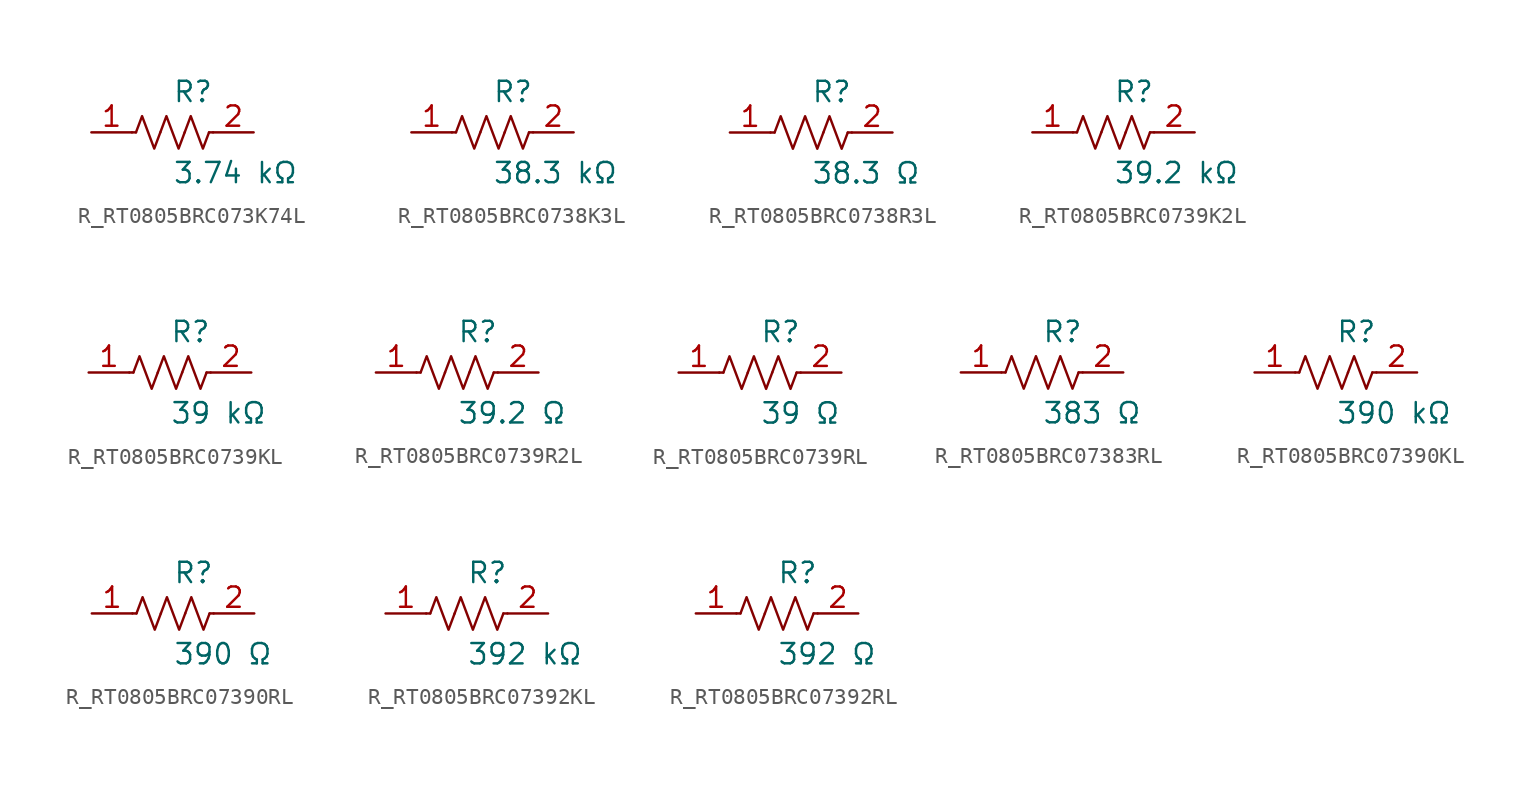
<source format=kicad_sym>
(kicad_symbol_lib
  (version 20231120)
  (generator kicad_symbol_editor)
  (generator_version 8.0)
  (symbol "R_RT0805BRC073K74L"
    (pin_names
      (offset 0.254))
    (property "Reference" "R"
      (at 0 2.54 0)
      (effects (font (size 1.27 1.27)) (justify left)))
    (property "Value" "3.74 kΩ"
      (at 0 -2.54 0)
      (effects (font (size 1.27 1.27)) (justify left)))
    (symbol "R_RT0805BRC073K74L_0_1"
      (polyline (pts (xy 2.286 0) (xy 2.54 0)) (stroke (width 0) (type default)) (fill (type none)))
      (polyline (pts (xy -2.286 0) (xy -2.54 0)) (stroke (width 0) (type default)) (fill (type none)))
      (polyline (pts (xy 0.762 0) (xy 1.143 1.016) (xy 1.524 0) (xy 1.905 -1.016) (xy 2.286 0)) (stroke (width 0) (type default)) (fill (type none)))
      (polyline (pts (xy -0.762 0) (xy -0.381 1.016) (xy 0 0) (xy 0.381 -1.016) (xy 0.762 0)) (stroke (width 0) (type default)) (fill (type none)))
      (polyline (pts (xy -2.286 0) (xy -1.905 1.016) (xy -1.524 0) (xy -1.143 -1.016) (xy -0.762 0)) (stroke (width 0) (type default)) (fill (type none))))
    (pin unspecified line
      (at -5.08 0 0)
      (length 2.54)
      (name "" (effects (font (size 1.27 1.27))))
      (number "1" (effects (font (size 1.27 1.27)))))
    (pin unspecified line
      (at 5.08 0 180)
      (length 2.54)
      (name "" (effects (font (size 1.27 1.27))))
      (number "2" (effects (font (size 1.27 1.27))))))
  (symbol "R_RT0805BRC0738K3L"
    (pin_names
      (offset 0.254))
    (property "Reference" "R"
      (at 0 2.54 0)
      (effects (font (size 1.27 1.27)) (justify left)))
    (property "Value" "38.3 kΩ"
      (at 0 -2.54 0)
      (effects (font (size 1.27 1.27)) (justify left)))
    (symbol "R_RT0805BRC0738K3L_0_1"
      (polyline (pts (xy 2.286 0) (xy 2.54 0)) (stroke (width 0) (type default)) (fill (type none)))
      (polyline (pts (xy -2.286 0) (xy -2.54 0)) (stroke (width 0) (type default)) (fill (type none)))
      (polyline (pts (xy 0.762 0) (xy 1.143 1.016) (xy 1.524 0) (xy 1.905 -1.016) (xy 2.286 0)) (stroke (width 0) (type default)) (fill (type none)))
      (polyline (pts (xy -0.762 0) (xy -0.381 1.016) (xy 0 0) (xy 0.381 -1.016) (xy 0.762 0)) (stroke (width 0) (type default)) (fill (type none)))
      (polyline (pts (xy -2.286 0) (xy -1.905 1.016) (xy -1.524 0) (xy -1.143 -1.016) (xy -0.762 0)) (stroke (width 0) (type default)) (fill (type none))))
    (pin unspecified line
      (at -5.08 0 0)
      (length 2.54)
      (name "" (effects (font (size 1.27 1.27))))
      (number "1" (effects (font (size 1.27 1.27)))))
    (pin unspecified line
      (at 5.08 0 180)
      (length 2.54)
      (name "" (effects (font (size 1.27 1.27))))
      (number "2" (effects (font (size 1.27 1.27))))))
  (symbol "R_RT0805BRC0738R3L"
    (pin_names
      (offset 0.254))
    (property "Reference" "R"
      (at 0 2.54 0)
      (effects (font (size 1.27 1.27)) (justify left)))
    (property "Value" "38.3 Ω"
      (at 0 -2.54 0)
      (effects (font (size 1.27 1.27)) (justify left)))
    (symbol "R_RT0805BRC0738R3L_0_1"
      (polyline (pts (xy 2.286 0) (xy 2.54 0)) (stroke (width 0) (type default)) (fill (type none)))
      (polyline (pts (xy -2.286 0) (xy -2.54 0)) (stroke (width 0) (type default)) (fill (type none)))
      (polyline (pts (xy 0.762 0) (xy 1.143 1.016) (xy 1.524 0) (xy 1.905 -1.016) (xy 2.286 0)) (stroke (width 0) (type default)) (fill (type none)))
      (polyline (pts (xy -0.762 0) (xy -0.381 1.016) (xy 0 0) (xy 0.381 -1.016) (xy 0.762 0)) (stroke (width 0) (type default)) (fill (type none)))
      (polyline (pts (xy -2.286 0) (xy -1.905 1.016) (xy -1.524 0) (xy -1.143 -1.016) (xy -0.762 0)) (stroke (width 0) (type default)) (fill (type none))))
    (pin unspecified line
      (at -5.08 0 0)
      (length 2.54)
      (name "" (effects (font (size 1.27 1.27))))
      (number "1" (effects (font (size 1.27 1.27)))))
    (pin unspecified line
      (at 5.08 0 180)
      (length 2.54)
      (name "" (effects (font (size 1.27 1.27))))
      (number "2" (effects (font (size 1.27 1.27))))))
  (symbol "R_RT0805BRC0739K2L"
    (pin_names
      (offset 0.254))
    (property "Reference" "R"
      (at 0 2.54 0)
      (effects (font (size 1.27 1.27)) (justify left)))
    (property "Value" "39.2 kΩ"
      (at 0 -2.54 0)
      (effects (font (size 1.27 1.27)) (justify left)))
    (symbol "R_RT0805BRC0739K2L_0_1"
      (polyline (pts (xy 2.286 0) (xy 2.54 0)) (stroke (width 0) (type default)) (fill (type none)))
      (polyline (pts (xy -2.286 0) (xy -2.54 0)) (stroke (width 0) (type default)) (fill (type none)))
      (polyline (pts (xy 0.762 0) (xy 1.143 1.016) (xy 1.524 0) (xy 1.905 -1.016) (xy 2.286 0)) (stroke (width 0) (type default)) (fill (type none)))
      (polyline (pts (xy -0.762 0) (xy -0.381 1.016) (xy 0 0) (xy 0.381 -1.016) (xy 0.762 0)) (stroke (width 0) (type default)) (fill (type none)))
      (polyline (pts (xy -2.286 0) (xy -1.905 1.016) (xy -1.524 0) (xy -1.143 -1.016) (xy -0.762 0)) (stroke (width 0) (type default)) (fill (type none))))
    (pin unspecified line
      (at -5.08 0 0)
      (length 2.54)
      (name "" (effects (font (size 1.27 1.27))))
      (number "1" (effects (font (size 1.27 1.27)))))
    (pin unspecified line
      (at 5.08 0 180)
      (length 2.54)
      (name "" (effects (font (size 1.27 1.27))))
      (number "2" (effects (font (size 1.27 1.27))))))
  (symbol "R_RT0805BRC0739KL"
    (pin_names
      (offset 0.254))
    (property "Reference" "R"
      (at 0 2.54 0)
      (effects (font (size 1.27 1.27)) (justify left)))
    (property "Value" "39 kΩ"
      (at 0 -2.54 0)
      (effects (font (size 1.27 1.27)) (justify left)))
    (symbol "R_RT0805BRC0739KL_0_1"
      (polyline (pts (xy 2.286 0) (xy 2.54 0)) (stroke (width 0) (type default)) (fill (type none)))
      (polyline (pts (xy -2.286 0) (xy -2.54 0)) (stroke (width 0) (type default)) (fill (type none)))
      (polyline (pts (xy 0.762 0) (xy 1.143 1.016) (xy 1.524 0) (xy 1.905 -1.016) (xy 2.286 0)) (stroke (width 0) (type default)) (fill (type none)))
      (polyline (pts (xy -0.762 0) (xy -0.381 1.016) (xy 0 0) (xy 0.381 -1.016) (xy 0.762 0)) (stroke (width 0) (type default)) (fill (type none)))
      (polyline (pts (xy -2.286 0) (xy -1.905 1.016) (xy -1.524 0) (xy -1.143 -1.016) (xy -0.762 0)) (stroke (width 0) (type default)) (fill (type none))))
    (pin unspecified line
      (at -5.08 0 0)
      (length 2.54)
      (name "" (effects (font (size 1.27 1.27))))
      (number "1" (effects (font (size 1.27 1.27)))))
    (pin unspecified line
      (at 5.08 0 180)
      (length 2.54)
      (name "" (effects (font (size 1.27 1.27))))
      (number "2" (effects (font (size 1.27 1.27))))))
  (symbol "R_RT0805BRC0739R2L"
    (pin_names
      (offset 0.254))
    (property "Reference" "R"
      (at 0 2.54 0)
      (effects (font (size 1.27 1.27)) (justify left)))
    (property "Value" "39.2 Ω"
      (at 0 -2.54 0)
      (effects (font (size 1.27 1.27)) (justify left)))
    (symbol "R_RT0805BRC0739R2L_0_1"
      (polyline (pts (xy 2.286 0) (xy 2.54 0)) (stroke (width 0) (type default)) (fill (type none)))
      (polyline (pts (xy -2.286 0) (xy -2.54 0)) (stroke (width 0) (type default)) (fill (type none)))
      (polyline (pts (xy 0.762 0) (xy 1.143 1.016) (xy 1.524 0) (xy 1.905 -1.016) (xy 2.286 0)) (stroke (width 0) (type default)) (fill (type none)))
      (polyline (pts (xy -0.762 0) (xy -0.381 1.016) (xy 0 0) (xy 0.381 -1.016) (xy 0.762 0)) (stroke (width 0) (type default)) (fill (type none)))
      (polyline (pts (xy -2.286 0) (xy -1.905 1.016) (xy -1.524 0) (xy -1.143 -1.016) (xy -0.762 0)) (stroke (width 0) (type default)) (fill (type none))))
    (pin unspecified line
      (at -5.08 0 0)
      (length 2.54)
      (name "" (effects (font (size 1.27 1.27))))
      (number "1" (effects (font (size 1.27 1.27)))))
    (pin unspecified line
      (at 5.08 0 180)
      (length 2.54)
      (name "" (effects (font (size 1.27 1.27))))
      (number "2" (effects (font (size 1.27 1.27))))))
  (symbol "R_RT0805BRC0739RL"
    (pin_names
      (offset 0.254))
    (property "Reference" "R"
      (at 0 2.54 0)
      (effects (font (size 1.27 1.27)) (justify left)))
    (property "Value" "39 Ω"
      (at 0 -2.54 0)
      (effects (font (size 1.27 1.27)) (justify left)))
    (symbol "R_RT0805BRC0739RL_0_1"
      (polyline (pts (xy 2.286 0) (xy 2.54 0)) (stroke (width 0) (type default)) (fill (type none)))
      (polyline (pts (xy -2.286 0) (xy -2.54 0)) (stroke (width 0) (type default)) (fill (type none)))
      (polyline (pts (xy 0.762 0) (xy 1.143 1.016) (xy 1.524 0) (xy 1.905 -1.016) (xy 2.286 0)) (stroke (width 0) (type default)) (fill (type none)))
      (polyline (pts (xy -0.762 0) (xy -0.381 1.016) (xy 0 0) (xy 0.381 -1.016) (xy 0.762 0)) (stroke (width 0) (type default)) (fill (type none)))
      (polyline (pts (xy -2.286 0) (xy -1.905 1.016) (xy -1.524 0) (xy -1.143 -1.016) (xy -0.762 0)) (stroke (width 0) (type default)) (fill (type none))))
    (pin unspecified line
      (at -5.08 0 0)
      (length 2.54)
      (name "" (effects (font (size 1.27 1.27))))
      (number "1" (effects (font (size 1.27 1.27)))))
    (pin unspecified line
      (at 5.08 0 180)
      (length 2.54)
      (name "" (effects (font (size 1.27 1.27))))
      (number "2" (effects (font (size 1.27 1.27))))))
  (symbol "R_RT0805BRC07383RL"
    (pin_names
      (offset 0.254))
    (property "Reference" "R"
      (at 0 2.54 0)
      (effects (font (size 1.27 1.27)) (justify left)))
    (property "Value" "383 Ω"
      (at 0 -2.54 0)
      (effects (font (size 1.27 1.27)) (justify left)))
    (symbol "R_RT0805BRC07383RL_0_1"
      (polyline (pts (xy 2.286 0) (xy 2.54 0)) (stroke (width 0) (type default)) (fill (type none)))
      (polyline (pts (xy -2.286 0) (xy -2.54 0)) (stroke (width 0) (type default)) (fill (type none)))
      (polyline (pts (xy 0.762 0) (xy 1.143 1.016) (xy 1.524 0) (xy 1.905 -1.016) (xy 2.286 0)) (stroke (width 0) (type default)) (fill (type none)))
      (polyline (pts (xy -0.762 0) (xy -0.381 1.016) (xy 0 0) (xy 0.381 -1.016) (xy 0.762 0)) (stroke (width 0) (type default)) (fill (type none)))
      (polyline (pts (xy -2.286 0) (xy -1.905 1.016) (xy -1.524 0) (xy -1.143 -1.016) (xy -0.762 0)) (stroke (width 0) (type default)) (fill (type none))))
    (pin unspecified line
      (at -5.08 0 0)
      (length 2.54)
      (name "" (effects (font (size 1.27 1.27))))
      (number "1" (effects (font (size 1.27 1.27)))))
    (pin unspecified line
      (at 5.08 0 180)
      (length 2.54)
      (name "" (effects (font (size 1.27 1.27))))
      (number "2" (effects (font (size 1.27 1.27))))))
  (symbol "R_RT0805BRC07390KL"
    (pin_names
      (offset 0.254))
    (property "Reference" "R"
      (at 0 2.54 0)
      (effects (font (size 1.27 1.27)) (justify left)))
    (property "Value" "390 kΩ"
      (at 0 -2.54 0)
      (effects (font (size 1.27 1.27)) (justify left)))
    (symbol "R_RT0805BRC07390KL_0_1"
      (polyline (pts (xy 2.286 0) (xy 2.54 0)) (stroke (width 0) (type default)) (fill (type none)))
      (polyline (pts (xy -2.286 0) (xy -2.54 0)) (stroke (width 0) (type default)) (fill (type none)))
      (polyline (pts (xy 0.762 0) (xy 1.143 1.016) (xy 1.524 0) (xy 1.905 -1.016) (xy 2.286 0)) (stroke (width 0) (type default)) (fill (type none)))
      (polyline (pts (xy -0.762 0) (xy -0.381 1.016) (xy 0 0) (xy 0.381 -1.016) (xy 0.762 0)) (stroke (width 0) (type default)) (fill (type none)))
      (polyline (pts (xy -2.286 0) (xy -1.905 1.016) (xy -1.524 0) (xy -1.143 -1.016) (xy -0.762 0)) (stroke (width 0) (type default)) (fill (type none))))
    (pin unspecified line
      (at -5.08 0 0)
      (length 2.54)
      (name "" (effects (font (size 1.27 1.27))))
      (number "1" (effects (font (size 1.27 1.27)))))
    (pin unspecified line
      (at 5.08 0 180)
      (length 2.54)
      (name "" (effects (font (size 1.27 1.27))))
      (number "2" (effects (font (size 1.27 1.27))))))
  (symbol "R_RT0805BRC07390RL"
    (pin_names
      (offset 0.254))
    (property "Reference" "R"
      (at 0 2.54 0)
      (effects (font (size 1.27 1.27)) (justify left)))
    (property "Value" "390 Ω"
      (at 0 -2.54 0)
      (effects (font (size 1.27 1.27)) (justify left)))
    (symbol "R_RT0805BRC07390RL_0_1"
      (polyline (pts (xy 2.286 0) (xy 2.54 0)) (stroke (width 0) (type default)) (fill (type none)))
      (polyline (pts (xy -2.286 0) (xy -2.54 0)) (stroke (width 0) (type default)) (fill (type none)))
      (polyline (pts (xy 0.762 0) (xy 1.143 1.016) (xy 1.524 0) (xy 1.905 -1.016) (xy 2.286 0)) (stroke (width 0) (type default)) (fill (type none)))
      (polyline (pts (xy -0.762 0) (xy -0.381 1.016) (xy 0 0) (xy 0.381 -1.016) (xy 0.762 0)) (stroke (width 0) (type default)) (fill (type none)))
      (polyline (pts (xy -2.286 0) (xy -1.905 1.016) (xy -1.524 0) (xy -1.143 -1.016) (xy -0.762 0)) (stroke (width 0) (type default)) (fill (type none))))
    (pin unspecified line
      (at -5.08 0 0)
      (length 2.54)
      (name "" (effects (font (size 1.27 1.27))))
      (number "1" (effects (font (size 1.27 1.27)))))
    (pin unspecified line
      (at 5.08 0 180)
      (length 2.54)
      (name "" (effects (font (size 1.27 1.27))))
      (number "2" (effects (font (size 1.27 1.27))))))
  (symbol "R_RT0805BRC07392KL"
    (pin_names
      (offset 0.254))
    (property "Reference" "R"
      (at 0 2.54 0)
      (effects (font (size 1.27 1.27)) (justify left)))
    (property "Value" "392 kΩ"
      (at 0 -2.54 0)
      (effects (font (size 1.27 1.27)) (justify left)))
    (symbol "R_RT0805BRC07392KL_0_1"
      (polyline (pts (xy 2.286 0) (xy 2.54 0)) (stroke (width 0) (type default)) (fill (type none)))
      (polyline (pts (xy -2.286 0) (xy -2.54 0)) (stroke (width 0) (type default)) (fill (type none)))
      (polyline (pts (xy 0.762 0) (xy 1.143 1.016) (xy 1.524 0) (xy 1.905 -1.016) (xy 2.286 0)) (stroke (width 0) (type default)) (fill (type none)))
      (polyline (pts (xy -0.762 0) (xy -0.381 1.016) (xy 0 0) (xy 0.381 -1.016) (xy 0.762 0)) (stroke (width 0) (type default)) (fill (type none)))
      (polyline (pts (xy -2.286 0) (xy -1.905 1.016) (xy -1.524 0) (xy -1.143 -1.016) (xy -0.762 0)) (stroke (width 0) (type default)) (fill (type none))))
    (pin unspecified line
      (at -5.08 0 0)
      (length 2.54)
      (name "" (effects (font (size 1.27 1.27))))
      (number "1" (effects (font (size 1.27 1.27)))))
    (pin unspecified line
      (at 5.08 0 180)
      (length 2.54)
      (name "" (effects (font (size 1.27 1.27))))
      (number "2" (effects (font (size 1.27 1.27))))))
  (symbol "R_RT0805BRC07392RL"
    (pin_names
      (offset 0.254))
    (property "Reference" "R"
      (at 0 2.54 0)
      (effects (font (size 1.27 1.27)) (justify left)))
    (property "Value" "392 Ω"
      (at 0 -2.54 0)
      (effects (font (size 1.27 1.27)) (justify left)))
    (symbol "R_RT0805BRC07392RL_0_1"
      (polyline (pts (xy 2.286 0) (xy 2.54 0)) (stroke (width 0) (type default)) (fill (type none)))
      (polyline (pts (xy -2.286 0) (xy -2.54 0)) (stroke (width 0) (type default)) (fill (type none)))
      (polyline (pts (xy 0.762 0) (xy 1.143 1.016) (xy 1.524 0) (xy 1.905 -1.016) (xy 2.286 0)) (stroke (width 0) (type default)) (fill (type none)))
      (polyline (pts (xy -0.762 0) (xy -0.381 1.016) (xy 0 0) (xy 0.381 -1.016) (xy 0.762 0)) (stroke (width 0) (type default)) (fill (type none)))
      (polyline (pts (xy -2.286 0) (xy -1.905 1.016) (xy -1.524 0) (xy -1.143 -1.016) (xy -0.762 0)) (stroke (width 0) (type default)) (fill (type none))))
    (pin unspecified line
      (at -5.08 0 0)
      (length 2.54)
      (name "" (effects (font (size 1.27 1.27))))
      (number "1" (effects (font (size 1.27 1.27)))))
    (pin unspecified line
      (at 5.08 0 180)
      (length 2.54)
      (name "" (effects (font (size 1.27 1.27))))
      (number "2" (effects (font (size 1.27 1.27)))))))
</source>
